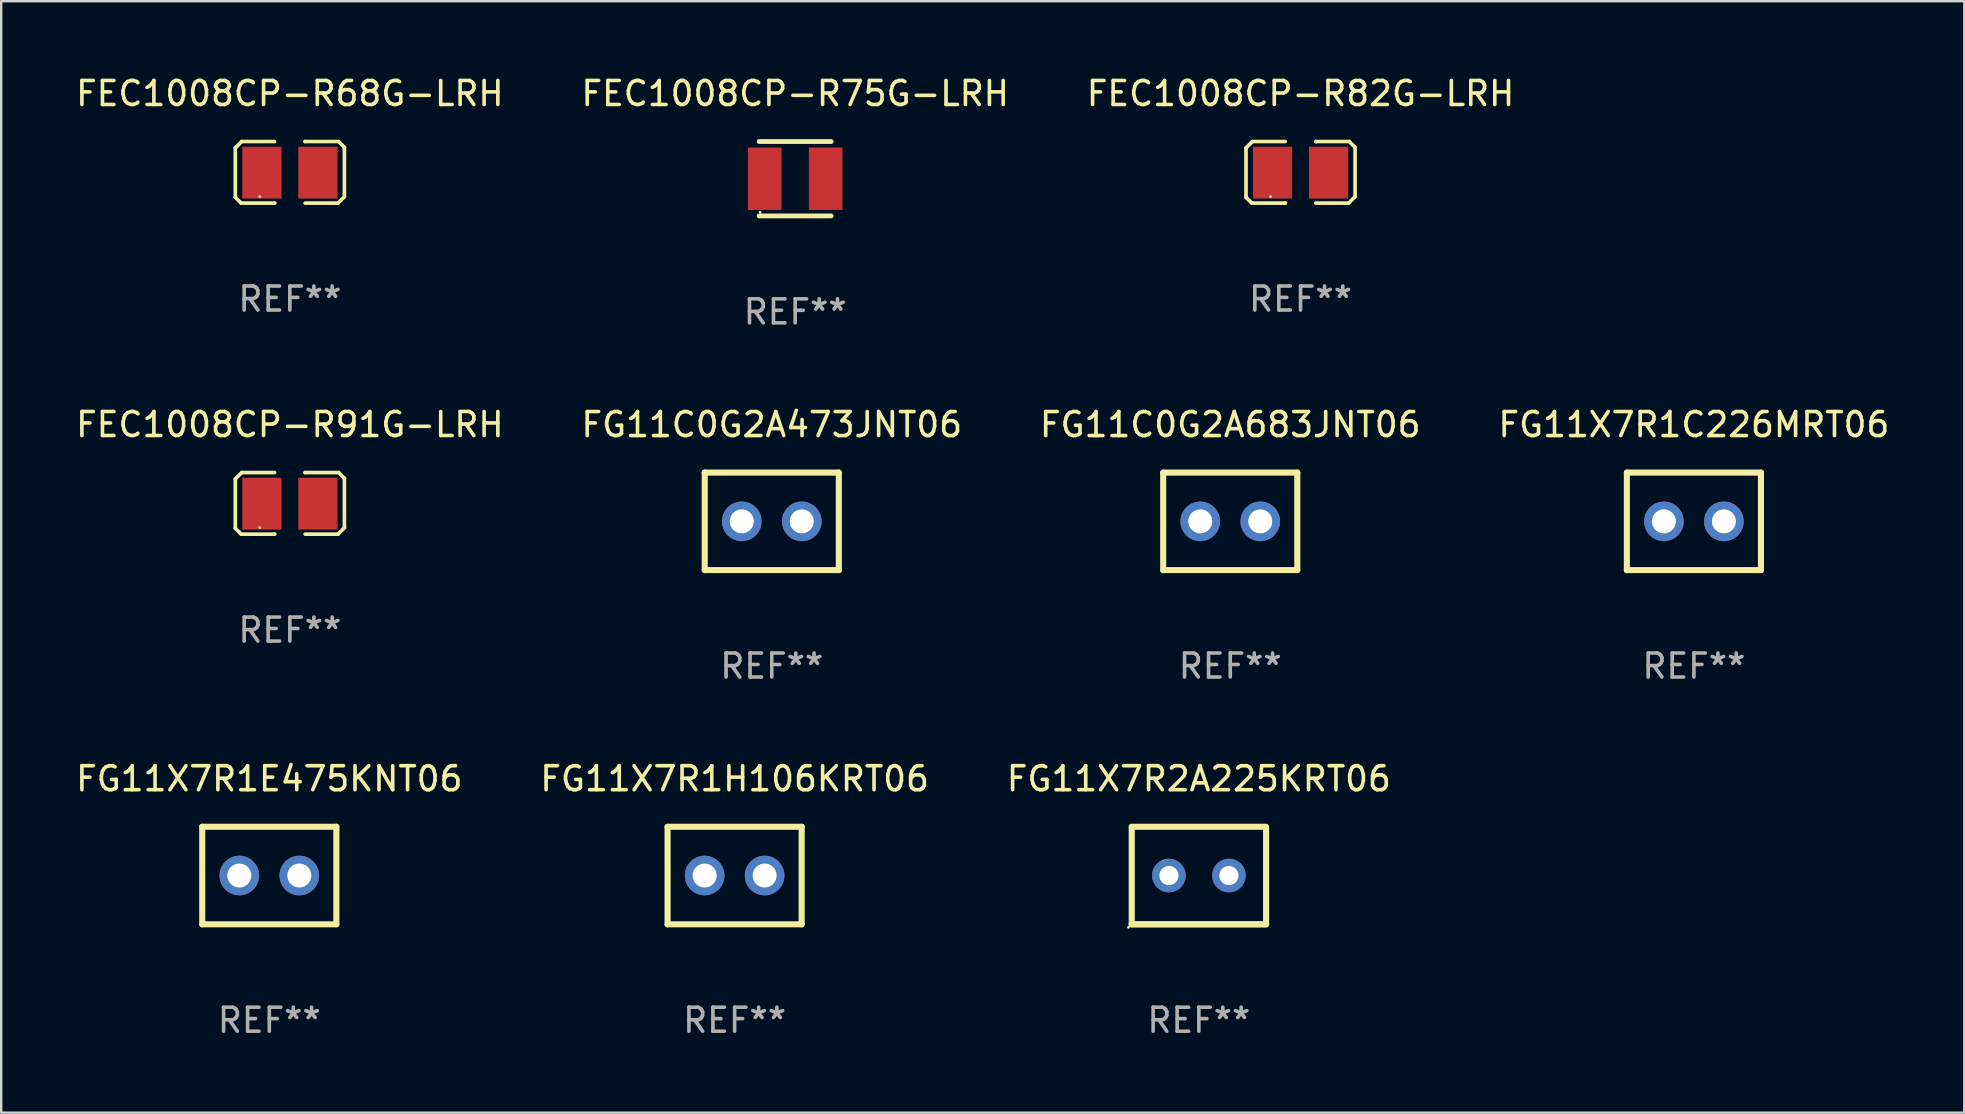
<source format=kicad_pcb>
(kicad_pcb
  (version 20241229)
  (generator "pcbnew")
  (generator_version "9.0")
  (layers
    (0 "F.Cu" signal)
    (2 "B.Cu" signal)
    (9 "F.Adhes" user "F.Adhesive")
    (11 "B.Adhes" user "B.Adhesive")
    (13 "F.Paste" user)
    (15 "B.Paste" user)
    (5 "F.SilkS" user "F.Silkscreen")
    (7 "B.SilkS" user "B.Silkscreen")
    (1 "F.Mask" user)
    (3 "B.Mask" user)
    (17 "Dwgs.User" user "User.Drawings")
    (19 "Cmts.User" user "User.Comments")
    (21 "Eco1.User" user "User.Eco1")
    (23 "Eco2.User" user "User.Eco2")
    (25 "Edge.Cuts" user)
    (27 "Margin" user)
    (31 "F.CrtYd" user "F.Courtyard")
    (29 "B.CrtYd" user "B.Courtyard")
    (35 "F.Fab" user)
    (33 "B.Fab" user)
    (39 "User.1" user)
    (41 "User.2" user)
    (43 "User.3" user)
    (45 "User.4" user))
  (footprint "FG11X7R1C226MRT06"
    (layer "F.Cu")
    (at 67.542 18.677)
    (property "Reference" "FG11X7R1C226MRT06" (at 0 -4.032 0) (layer "F.SilkS") (effects (font (size 1 1) (thickness 0.15))))
    (attr through_hole)
    (fp_line (start -2.794 -2.032) (end -2.794 2.032) (stroke (width 0.254) (type solid)) (layer "F.SilkS"))
    (fp_line (start -2.794 2.032) (end 2.794 2.032) (stroke (width 0.254) (type solid)) (layer "F.SilkS"))
    (fp_line (start 2.794 -2.032) (end -2.794 -2.032) (stroke (width 0.254) (type solid)) (layer "F.SilkS"))
    (fp_line (start 2.794 2.032) (end 2.794 -2.032) (stroke (width 0.254) (type solid)) (layer "F.SilkS"))
    (fp_circle (center -2.75 2) (end -2.72 2) (stroke (width 0.06) (type solid)) (fill no) (layer "F.SilkS"))
    (fp_text user "REF**" (at 0 6.032 0) (layer "F.Fab") (effects (font (size 1 1) (thickness 0.15))))
    (pad "1" thru_hole circle (at -1.25 0) (size 1.65 1.65) (drill 1) (layers "*.Cu" "*.Mask"))
    (pad "2" thru_hole circle (at 1.25 0) (size 1.65 1.65) (drill 1) (layers "*.Cu" "*.Mask")))
  (footprint "FG11C0G2A683JNT06"
    (layer "F.Cu")
    (at 48.22 18.677)
    (property "Reference" "FG11C0G2A683JNT06" (at 0 -4.032 0) (layer "F.SilkS") (effects (font (size 1 1) (thickness 0.15))))
    (attr through_hole)
    (fp_line (start -2.794 -2.032) (end -2.794 2.032) (stroke (width 0.254) (type solid)) (layer "F.SilkS"))
    (fp_line (start -2.794 2.032) (end 2.794 2.032) (stroke (width 0.254) (type solid)) (layer "F.SilkS"))
    (fp_line (start 2.794 -2.032) (end -2.794 -2.032) (stroke (width 0.254) (type solid)) (layer "F.SilkS"))
    (fp_line (start 2.794 2.032) (end 2.794 -2.032) (stroke (width 0.254) (type solid)) (layer "F.SilkS"))
    (fp_circle (center -2.75 2) (end -2.72 2) (stroke (width 0.06) (type solid)) (fill no) (layer "F.SilkS"))
    (fp_text user "REF**" (at 0 6.032 0) (layer "F.Fab") (effects (font (size 1 1) (thickness 0.15))))
    (pad "1" thru_hole circle (at -1.25 0) (size 1.65 1.65) (drill 1) (layers "*.Cu" "*.Mask"))
    (pad "2" thru_hole circle (at 1.25 0) (size 1.65 1.65) (drill 1) (layers "*.Cu" "*.Mask")))
  (footprint "FEC1008CP-R75G-LRH"
    (layer "F.Cu")
    (at 30.089 4.398)
    (property "Reference" "FEC1008CP-R75G-LRH" (at 0 -3.55 0) (layer "F.SilkS") (effects (font (size 1 1) (thickness 0.15))))
    (attr through_hole)
    (fp_line (start -1.5 -1.55) (end 1.5 -1.55) (stroke (width 0.2) (type solid)) (layer "F.SilkS"))
    (fp_line (start -1.5 1.55) (end 1.5 1.55) (stroke (width 0.2) (type solid)) (layer "F.SilkS"))
    (fp_circle (center -1.46 1.4) (end -1.43 1.4) (stroke (width 0.06) (type solid)) (fill no) (layer "F.SilkS"))
    (fp_text user "REF**" (at 0 5.55 0) (layer "F.Fab") (effects (font (size 1 1) (thickness 0.15))))
    (pad "1" smd rect (at -1.27 0) (size 1.4 2.6) (layers "F.Cu" "F.Mask" "F.Paste"))
    (pad "2" smd rect (at 1.27 0) (size 1.4 2.6) (layers "F.Cu" "F.Mask" "F.Paste")))
  (footprint "FEC1008CP-R91G-LRH"
    (layer "F.Cu")
    (at 9.03 17.927)
    (property "Reference" "FEC1008CP-R91G-LRH" (at 0 -3.283 0) (layer "F.SilkS") (effects (font (size 1 1) (thickness 0.15))))
    (attr through_hole)
    (fp_line (start -2.273 -1.016) (end -2.007 -1.283) (stroke (width 0.152) (type solid)) (layer "F.SilkS"))
    (fp_line (start -2.273 1.041) (end -2.273 -1.016) (stroke (width 0.152) (type solid)) (layer "F.SilkS"))
    (fp_line (start -2.032 1.283) (end -2.273 1.041) (stroke (width 0.152) (type solid)) (layer "F.SilkS"))
    (fp_line (start -2.007 -1.283) (end -0.635 -1.283) (stroke (width 0.152) (type solid)) (layer "F.SilkS"))
    (fp_line (start -0.635 1.283) (end -2.032 1.283) (stroke (width 0.152) (type solid)) (layer "F.SilkS"))
    (fp_line (start -0.635 1.283) (end -0.635 1.283) (stroke (width 0.152) (type solid)) (layer "F.SilkS"))
    (fp_line (start 0.635 -1.283) (end 0.635 -1.283) (stroke (width 0.152) (type solid)) (layer "F.SilkS"))
    (fp_line (start 0.635 -1.283) (end 2.032 -1.283) (stroke (width 0.152) (type solid)) (layer "F.SilkS"))
    (fp_line (start 2.007 1.283) (end 0.635 1.283) (stroke (width 0.152) (type solid)) (layer "F.SilkS"))
    (fp_line (start 2.032 -1.283) (end 2.273 -1.041) (stroke (width 0.152) (type solid)) (layer "F.SilkS"))
    (fp_line (start 2.273 -1.041) (end 2.273 1.016) (stroke (width 0.152) (type solid)) (layer "F.SilkS"))
    (fp_line (start 2.273 1.016) (end 2.007 1.283) (stroke (width 0.152) (type solid)) (layer "F.SilkS"))
    (fp_circle (center -1.25 1.013) (end -1.22 1.013) (stroke (width 0.06) (type solid)) (fill no) (layer "F.SilkS"))
    (fp_text user "REF**" (at 0 5.283 0) (layer "F.Fab") (effects (font (size 1 1) (thickness 0.15))))
    (pad "1" smd rect (at -1.167 0.013) (size 1.635 2.16) (layers "F.Cu" "F.Mask" "F.Paste"))
    (pad "2" smd rect (at 1.168 0.013) (size 1.635 2.16) (layers "F.Cu" "F.Mask" "F.Paste")))
  (footprint "FG11C0G2A473JNT06"
    (layer "F.Cu")
    (at 29.113 18.677)
    (property "Reference" "FG11C0G2A473JNT06" (at 0 -4.032 0) (layer "F.SilkS") (effects (font (size 1 1) (thickness 0.15))))
    (attr through_hole)
    (fp_line (start -2.794 -2.032) (end -2.794 2.032) (stroke (width 0.254) (type solid)) (layer "F.SilkS"))
    (fp_line (start -2.794 2.032) (end 2.794 2.032) (stroke (width 0.254) (type solid)) (layer "F.SilkS"))
    (fp_line (start 2.794 -2.032) (end -2.794 -2.032) (stroke (width 0.254) (type solid)) (layer "F.SilkS"))
    (fp_line (start 2.794 2.032) (end 2.794 -2.032) (stroke (width 0.254) (type solid)) (layer "F.SilkS"))
    (fp_circle (center -2.75 2) (end -2.72 2) (stroke (width 0.06) (type solid)) (fill no) (layer "F.SilkS"))
    (fp_text user "REF**" (at 0 6.032 0) (layer "F.Fab") (effects (font (size 1 1) (thickness 0.15))))
    (pad "1" thru_hole circle (at -1.25 0) (size 1.65 1.65) (drill 1) (layers "*.Cu" "*.Mask"))
    (pad "2" thru_hole circle (at 1.25 0) (size 1.65 1.65) (drill 1) (layers "*.Cu" "*.Mask")))
  (footprint "FEC1008CP-R82G-LRH"
    (layer "F.Cu")
    (at 51.149 4.131)
    (property "Reference" "FEC1008CP-R82G-LRH" (at 0 -3.283 0) (layer "F.SilkS") (effects (font (size 1 1) (thickness 0.15))))
    (attr through_hole)
    (fp_line (start -2.273 -1.016) (end -2.007 -1.283) (stroke (width 0.152) (type solid)) (layer "F.SilkS"))
    (fp_line (start -2.273 1.041) (end -2.273 -1.016) (stroke (width 0.152) (type solid)) (layer "F.SilkS"))
    (fp_line (start -2.032 1.283) (end -2.273 1.041) (stroke (width 0.152) (type solid)) (layer "F.SilkS"))
    (fp_line (start -2.007 -1.283) (end -0.635 -1.283) (stroke (width 0.152) (type solid)) (layer "F.SilkS"))
    (fp_line (start -0.635 1.283) (end -2.032 1.283) (stroke (width 0.152) (type solid)) (layer "F.SilkS"))
    (fp_line (start -0.635 1.283) (end -0.635 1.283) (stroke (width 0.152) (type solid)) (layer "F.SilkS"))
    (fp_line (start 0.635 -1.283) (end 0.635 -1.283) (stroke (width 0.152) (type solid)) (layer "F.SilkS"))
    (fp_line (start 0.635 -1.283) (end 2.032 -1.283) (stroke (width 0.152) (type solid)) (layer "F.SilkS"))
    (fp_line (start 2.007 1.283) (end 0.635 1.283) (stroke (width 0.152) (type solid)) (layer "F.SilkS"))
    (fp_line (start 2.032 -1.283) (end 2.273 -1.041) (stroke (width 0.152) (type solid)) (layer "F.SilkS"))
    (fp_line (start 2.273 -1.041) (end 2.273 1.016) (stroke (width 0.152) (type solid)) (layer "F.SilkS"))
    (fp_line (start 2.273 1.016) (end 2.007 1.283) (stroke (width 0.152) (type solid)) (layer "F.SilkS"))
    (fp_circle (center -1.25 1.013) (end -1.22 1.013) (stroke (width 0.06) (type solid)) (fill no) (layer "F.SilkS"))
    (fp_text user "REF**" (at 0 5.283 0) (layer "F.Fab") (effects (font (size 1 1) (thickness 0.15))))
    (pad "1" smd rect (at -1.167 0.013) (size 1.635 2.16) (layers "F.Cu" "F.Mask" "F.Paste"))
    (pad "2" smd rect (at 1.168 0.013) (size 1.635 2.16) (layers "F.Cu" "F.Mask" "F.Paste")))
  (footprint "FEC1008CP-R68G-LRH"
    (layer "F.Cu")
    (at 9.03 4.131)
    (property "Reference" "FEC1008CP-R68G-LRH" (at 0 -3.283 0) (layer "F.SilkS") (effects (font (size 1 1) (thickness 0.15))))
    (attr through_hole)
    (fp_line (start -2.273 -1.016) (end -2.007 -1.283) (stroke (width 0.152) (type solid)) (layer "F.SilkS"))
    (fp_line (start -2.273 1.041) (end -2.273 -1.016) (stroke (width 0.152) (type solid)) (layer "F.SilkS"))
    (fp_line (start -2.032 1.283) (end -2.273 1.041) (stroke (width 0.152) (type solid)) (layer "F.SilkS"))
    (fp_line (start -2.007 -1.283) (end -0.635 -1.283) (stroke (width 0.152) (type solid)) (layer "F.SilkS"))
    (fp_line (start -0.635 1.283) (end -2.032 1.283) (stroke (width 0.152) (type solid)) (layer "F.SilkS"))
    (fp_line (start -0.635 1.283) (end -0.635 1.283) (stroke (width 0.152) (type solid)) (layer "F.SilkS"))
    (fp_line (start 0.635 -1.283) (end 0.635 -1.283) (stroke (width 0.152) (type solid)) (layer "F.SilkS"))
    (fp_line (start 0.635 -1.283) (end 2.032 -1.283) (stroke (width 0.152) (type solid)) (layer "F.SilkS"))
    (fp_line (start 2.007 1.283) (end 0.635 1.283) (stroke (width 0.152) (type solid)) (layer "F.SilkS"))
    (fp_line (start 2.032 -1.283) (end 2.273 -1.041) (stroke (width 0.152) (type solid)) (layer "F.SilkS"))
    (fp_line (start 2.273 -1.041) (end 2.273 1.016) (stroke (width 0.152) (type solid)) (layer "F.SilkS"))
    (fp_line (start 2.273 1.016) (end 2.007 1.283) (stroke (width 0.152) (type solid)) (layer "F.SilkS"))
    (fp_circle (center -1.25 1.013) (end -1.22 1.013) (stroke (width 0.06) (type solid)) (fill no) (layer "F.SilkS"))
    (fp_text user "REF**" (at 0 5.283 0) (layer "F.Fab") (effects (font (size 1 1) (thickness 0.15))))
    (pad "1" smd rect (at -1.167 0.013) (size 1.635 2.16) (layers "F.Cu" "F.Mask" "F.Paste"))
    (pad "2" smd rect (at 1.168 0.013) (size 1.635 2.16) (layers "F.Cu" "F.Mask" "F.Paste")))
  (footprint "FG11X7R1E475KNT06"
    (layer "F.Cu")
    (at 8.173 33.437)
    (property "Reference" "FG11X7R1E475KNT06" (at 0 -4.032 0) (layer "F.SilkS") (effects (font (size 1 1) (thickness 0.15))))
    (attr through_hole)
    (fp_line (start -2.794 -2.032) (end -2.794 2.032) (stroke (width 0.254) (type solid)) (layer "F.SilkS"))
    (fp_line (start -2.794 2.032) (end 2.794 2.032) (stroke (width 0.254) (type solid)) (layer "F.SilkS"))
    (fp_line (start 2.794 -2.032) (end -2.794 -2.032) (stroke (width 0.254) (type solid)) (layer "F.SilkS"))
    (fp_line (start 2.794 2.032) (end 2.794 -2.032) (stroke (width 0.254) (type solid)) (layer "F.SilkS"))
    (fp_circle (center -2.75 2) (end -2.72 2) (stroke (width 0.06) (type solid)) (fill no) (layer "F.SilkS"))
    (fp_text user "REF**" (at 0 6.032 0) (layer "F.Fab") (effects (font (size 1 1) (thickness 0.15))))
    (pad "1" thru_hole circle (at -1.25 0) (size 1.65 1.65) (drill 1) (layers "*.Cu" "*.Mask"))
    (pad "2" thru_hole circle (at 1.25 0) (size 1.65 1.65) (drill 1) (layers "*.Cu" "*.Mask")))
  (footprint "FG11X7R1H106KRT06"
    (layer "F.Cu")
    (at 27.565 33.437)
    (property "Reference" "FG11X7R1H106KRT06" (at 0 -4.032 0) (layer "F.SilkS") (effects (font (size 1 1) (thickness 0.15))))
    (attr through_hole)
    (fp_line (start -2.794 -2.032) (end -2.794 2.032) (stroke (width 0.254) (type solid)) (layer "F.SilkS"))
    (fp_line (start -2.794 2.032) (end 2.794 2.032) (stroke (width 0.254) (type solid)) (layer "F.SilkS"))
    (fp_line (start 2.794 -2.032) (end -2.794 -2.032) (stroke (width 0.254) (type solid)) (layer "F.SilkS"))
    (fp_line (start 2.794 2.032) (end 2.794 -2.032) (stroke (width 0.254) (type solid)) (layer "F.SilkS"))
    (fp_circle (center -2.75 2) (end -2.72 2) (stroke (width 0.06) (type solid)) (fill no) (layer "F.SilkS"))
    (fp_text user "REF**" (at 0 6.032 0) (layer "F.Fab") (effects (font (size 1 1) (thickness 0.15))))
    (pad "1" thru_hole circle (at -1.25 0) (size 1.65 1.65) (drill 1) (layers "*.Cu" "*.Mask"))
    (pad "2" thru_hole circle (at 1.25 0) (size 1.65 1.65) (drill 1) (layers "*.Cu" "*.Mask")))
  (footprint "FG11X7R2A225KRT06"
    (layer "F.Cu")
    (at 46.911 33.437)
    (property "Reference" "FG11X7R2A225KRT06" (at 0 -4.032 0) (layer "F.SilkS") (effects (font (size 1 1) (thickness 0.15))))
    (attr through_hole)
    (fp_line (start -2.803 -2.032) (end 2.797 -2.032) (stroke (width 0.254) (type solid)) (layer "F.SilkS"))
    (fp_line (start -2.797 2.032) (end -2.797 -1.968) (stroke (width 0.254) (type solid)) (layer "F.SilkS"))
    (fp_line (start 2.803 -2) (end 2.803 2) (stroke (width 0.254) (type solid)) (layer "F.SilkS"))
    (fp_line (start 2.803 2.032) (end -2.797 2.032) (stroke (width 0.254) (type solid)) (layer "F.SilkS"))
    (fp_line (start 2.803 2.032) (end -2.797 2.032) (stroke (width 0.254) (type solid)) (layer "F.SilkS"))
    (fp_circle (center -2.93 2.159) (end -2.9 2.159) (stroke (width 0.06) (type solid)) (fill no) (layer "F.SilkS"))
    (fp_text user "REF**" (at 0 6.032 0) (layer "F.Fab") (effects (font (size 1 1) (thickness 0.15))))
    (pad "1" thru_hole circle (at -1.247 0) (size 1.4 1.4) (drill 0.8) (layers "*.Cu" "*.Mask"))
    (pad "2" thru_hole circle (at 1.253 0) (size 1.4 1.4) (drill 0.8) (layers "*.Cu" "*.Mask")))
  (gr_rect
    (start -3 -3)
    (end 78.81 43.318)
    (stroke (width 0.1) (type default))
    (fill no)
    (layer "Edge.Cuts")))
</source>
